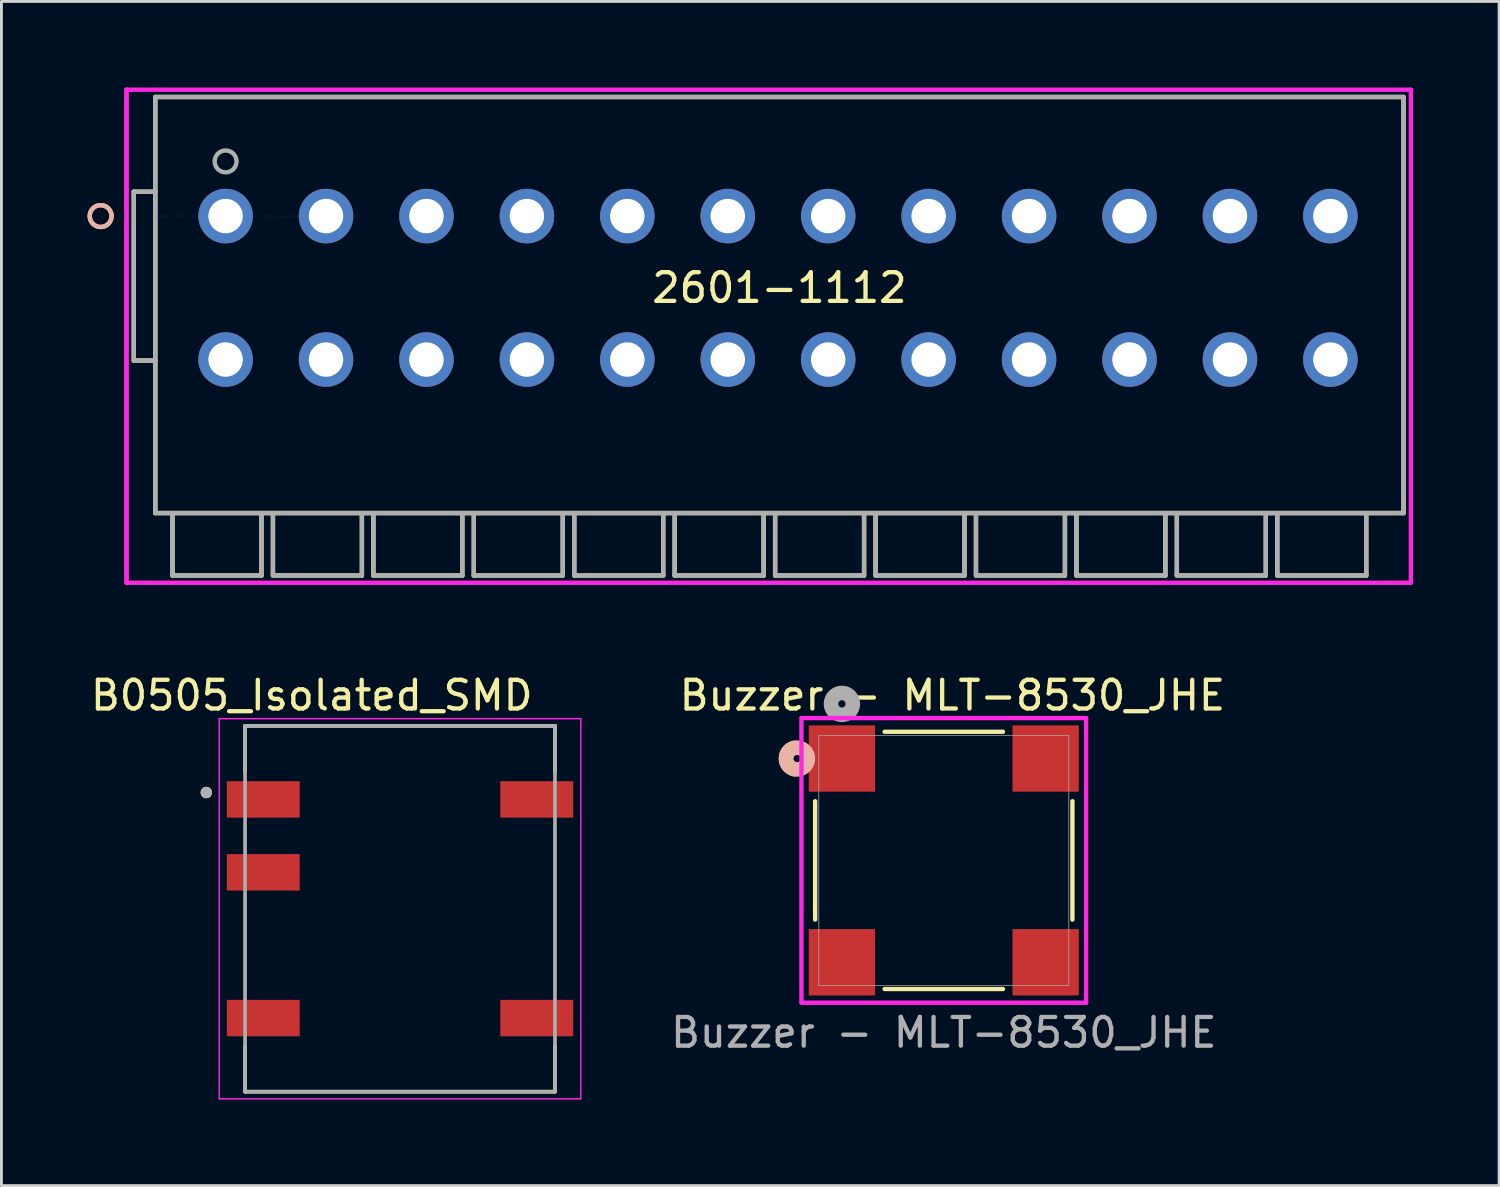
<source format=kicad_pcb>
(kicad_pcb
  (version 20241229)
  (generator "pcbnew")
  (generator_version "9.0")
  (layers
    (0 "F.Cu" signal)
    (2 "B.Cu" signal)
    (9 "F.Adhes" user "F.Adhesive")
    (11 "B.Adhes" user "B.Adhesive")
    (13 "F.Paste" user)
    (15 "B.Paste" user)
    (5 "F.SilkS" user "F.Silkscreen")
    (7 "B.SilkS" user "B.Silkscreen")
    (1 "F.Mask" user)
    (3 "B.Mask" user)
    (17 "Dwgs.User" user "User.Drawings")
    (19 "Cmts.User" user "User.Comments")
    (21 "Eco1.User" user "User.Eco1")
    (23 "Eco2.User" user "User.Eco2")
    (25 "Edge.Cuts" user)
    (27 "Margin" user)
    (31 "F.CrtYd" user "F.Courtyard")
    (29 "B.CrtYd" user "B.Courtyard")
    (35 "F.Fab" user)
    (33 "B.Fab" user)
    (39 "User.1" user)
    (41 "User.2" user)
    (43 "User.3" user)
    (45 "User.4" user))
  (footprint "Buzzer - MLT-8530_JHE"
    (layer "F.Cu")
    (at 29.84 26.934)
    (property "Reference" "Buzzer - MLT-8530_JHE" (at 0.3 -5.75 0) (unlocked yes) (layer "F.SilkS") (effects (font (size 1 1) (thickness 0.15))))
    (attr smd)
    (fp_line (start -4.483 -2.062) (end -4.483 2.062) (stroke (width 0.152) (type solid)) (layer "F.SilkS"))
    (fp_line (start -2.062 4.483) (end 2.062 4.483) (stroke (width 0.152) (type solid)) (layer "F.SilkS"))
    (fp_line (start 2.062 -4.483) (end -2.062 -4.483) (stroke (width 0.152) (type solid)) (layer "F.SilkS"))
    (fp_line (start 4.483 2.062) (end 4.483 -2.062) (stroke (width 0.152) (type solid)) (layer "F.SilkS"))
    (fp_arc (start -5.21624 -3.181857) (mid -5.4991 -3.55) (end -5.21624 -3.918144) (stroke (width 0.508) (type solid)) (layer "F.SilkS"))
    (fp_circle (center -5.118 -3.55) (end -4.737 -3.55) (stroke (width 0.508) (type solid)) (fill no) (layer "B.SilkS"))
    (fp_line (start -4.96 -4.96) (end -4.96 4.96) (stroke (width 0.152) (type solid)) (layer "F.CrtYd"))
    (fp_line (start -4.96 4.96) (end 4.96 4.96) (stroke (width 0.152) (type solid)) (layer "F.CrtYd"))
    (fp_line (start 4.96 -4.96) (end -4.96 -4.96) (stroke (width 0.152) (type solid)) (layer "F.CrtYd"))
    (fp_line (start 4.96 4.96) (end 4.96 -4.96) (stroke (width 0.152) (type solid)) (layer "F.CrtYd"))
    (fp_line (start -4.356 -4.356) (end -4.356 4.356) (stroke (width 0.025) (type solid)) (layer "F.Fab"))
    (fp_line (start -4.356 4.356) (end 4.356 4.356) (stroke (width 0.025) (type solid)) (layer "F.Fab"))
    (fp_line (start 4.356 -4.356) (end -4.356 -4.356) (stroke (width 0.025) (type solid)) (layer "F.Fab"))
    (fp_line (start 4.356 4.356) (end 4.356 -4.356) (stroke (width 0.025) (type solid)) (layer "F.Fab"))
    (fp_circle (center -3.55 -5.455) (end -3.169 -5.455) (stroke (width 0.508) (type solid)) (fill no) (layer "F.Fab"))
    (fp_text user "${REFERENCE}" (at 0 6 0) (unlocked yes) (layer "F.Fab") (effects (font (size 1 1) (thickness 0.15))))
    (pad "" smd rect (at 3.55 -3.55) (size 2.311 2.311) (layers "F.Cu" "F.Mask" "F.Paste"))
    (pad "" smd rect (at 3.55 3.55) (size 2.311 2.311) (layers "F.Cu" "F.Mask" "F.Paste"))
    (pad "1" smd rect (at -3.55 -3.55) (size 2.311 2.311) (layers "F.Cu" "F.Mask" "F.Paste"))
    (pad "2" smd rect (at -3.55 3.55) (size 2.311 2.311) (layers "F.Cu" "F.Mask" "F.Paste")))
  (footprint "2601-1112"
    (layer "F.Cu")
    (at 4.812 4.48)
    (property "Reference" "2601-1112" (at 19.3 2.5 0) (layer "F.SilkS") (effects (font (size 1 1) (thickness 0.15))))
    (attr through_hole)
    (fp_line (start -3.2 5.034) (end -3.2 -0.85) (stroke (width 0.152) (type solid)) (layer "F.SilkS"))
    (fp_line (start -2.45 -0.85) (end -3.2 -0.85) (stroke (width 0.152) (type solid)) (layer "F.SilkS"))
    (fp_line (start -2.45 5.034) (end -3.2 5.034) (stroke (width 0.152) (type solid)) (layer "F.SilkS"))
    (fp_line (start -2.45 -4.15) (end 41.05 -4.15) (stroke (width 0.152) (type solid)) (layer "F.SilkS"))
    (fp_line (start -2.45 10.35) (end -2.45 -4.15) (stroke (width 0.152) (type solid)) (layer "F.SilkS"))
    (fp_line (start -2.45 10.35) (end 41.05 10.35) (stroke (width 0.152) (type solid)) (layer "F.SilkS"))
    (fp_line (start -1.85 10.35) (end -1.85 12.525) (stroke (width 0.152) (type solid)) (layer "F.SilkS"))
    (fp_line (start -1.85 12.525) (end 1.25 12.525) (stroke (width 0.152) (type solid)) (layer "F.SilkS"))
    (fp_line (start 1.25 10.35) (end 1.25 12.525) (stroke (width 0.152) (type solid)) (layer "F.SilkS"))
    (fp_line (start 1.65 10.35) (end 1.65 12.525) (stroke (width 0.152) (type solid)) (layer "F.SilkS"))
    (fp_line (start 1.65 12.525) (end 4.75 12.525) (stroke (width 0.152) (type solid)) (layer "F.SilkS"))
    (fp_line (start 4.75 10.35) (end 4.75 12.525) (stroke (width 0.152) (type solid)) (layer "F.SilkS"))
    (fp_line (start 5.15 10.35) (end 5.15 12.525) (stroke (width 0.152) (type solid)) (layer "F.SilkS"))
    (fp_line (start 5.15 12.525) (end 8.25 12.525) (stroke (width 0.152) (type solid)) (layer "F.SilkS"))
    (fp_line (start 8.25 10.35) (end 8.25 12.525) (stroke (width 0.152) (type solid)) (layer "F.SilkS"))
    (fp_line (start 8.65 10.35) (end 8.65 12.525) (stroke (width 0.152) (type solid)) (layer "F.SilkS"))
    (fp_line (start 8.65 12.525) (end 11.75 12.525) (stroke (width 0.152) (type solid)) (layer "F.SilkS"))
    (fp_line (start 11.75 10.35) (end 11.75 12.525) (stroke (width 0.152) (type solid)) (layer "F.SilkS"))
    (fp_line (start 12.15 10.35) (end 12.15 12.525) (stroke (width 0.152) (type solid)) (layer "F.SilkS"))
    (fp_line (start 12.15 12.525) (end 15.25 12.525) (stroke (width 0.152) (type solid)) (layer "F.SilkS"))
    (fp_line (start 15.25 10.35) (end 15.25 12.525) (stroke (width 0.152) (type solid)) (layer "F.SilkS"))
    (fp_line (start 15.65 10.35) (end 15.65 12.525) (stroke (width 0.152) (type solid)) (layer "F.SilkS"))
    (fp_line (start 15.65 12.525) (end 18.75 12.525) (stroke (width 0.152) (type solid)) (layer "F.SilkS"))
    (fp_line (start 18.75 10.35) (end 18.75 12.525) (stroke (width 0.152) (type solid)) (layer "F.SilkS"))
    (fp_line (start 19.15 10.35) (end 19.15 12.525) (stroke (width 0.152) (type solid)) (layer "F.SilkS"))
    (fp_line (start 19.15 12.525) (end 22.25 12.525) (stroke (width 0.152) (type solid)) (layer "F.SilkS"))
    (fp_line (start 22.25 10.35) (end 22.25 12.525) (stroke (width 0.152) (type solid)) (layer "F.SilkS"))
    (fp_line (start 22.65 10.35) (end 22.65 12.525) (stroke (width 0.152) (type solid)) (layer "F.SilkS"))
    (fp_line (start 22.65 12.525) (end 25.75 12.525) (stroke (width 0.152) (type solid)) (layer "F.SilkS"))
    (fp_line (start 25.75 10.35) (end 25.75 12.525) (stroke (width 0.152) (type solid)) (layer "F.SilkS"))
    (fp_line (start 26.15 10.35) (end 26.15 12.525) (stroke (width 0.152) (type solid)) (layer "F.SilkS"))
    (fp_line (start 26.15 12.525) (end 29.25 12.525) (stroke (width 0.152) (type solid)) (layer "F.SilkS"))
    (fp_line (start 29.25 10.35) (end 29.25 12.525) (stroke (width 0.152) (type solid)) (layer "F.SilkS"))
    (fp_line (start 29.65 10.35) (end 29.65 12.525) (stroke (width 0.152) (type solid)) (layer "F.SilkS"))
    (fp_line (start 29.65 12.525) (end 32.75 12.525) (stroke (width 0.152) (type solid)) (layer "F.SilkS"))
    (fp_line (start 32.75 10.35) (end 32.75 12.525) (stroke (width 0.152) (type solid)) (layer "F.SilkS"))
    (fp_line (start 33.15 10.35) (end 33.15 12.525) (stroke (width 0.152) (type solid)) (layer "F.SilkS"))
    (fp_line (start 33.15 12.525) (end 36.25 12.525) (stroke (width 0.152) (type solid)) (layer "F.SilkS"))
    (fp_line (start 36.25 10.35) (end 36.25 12.525) (stroke (width 0.152) (type solid)) (layer "F.SilkS"))
    (fp_line (start 36.65 10.35) (end 36.65 12.525) (stroke (width 0.152) (type solid)) (layer "F.SilkS"))
    (fp_line (start 36.65 12.525) (end 39.75 12.525) (stroke (width 0.152) (type solid)) (layer "F.SilkS"))
    (fp_line (start 39.75 10.35) (end 39.75 12.525) (stroke (width 0.152) (type solid)) (layer "F.SilkS"))
    (fp_line (start 41.05 -4.15) (end 41.05 10.35) (stroke (width 0.152) (type solid)) (layer "F.SilkS"))
    (fp_circle (center -4.355 0) (end -3.974 0) (stroke (width 0.152) (type solid)) (fill no) (layer "F.SilkS"))
    (fp_circle (center -4.355 0) (end -3.974 0) (stroke (width 0.152) (type solid)) (fill no) (layer "B.SilkS"))
    (fp_line (start -3.454 -4.404) (end -3.454 12.779) (stroke (width 0.152) (type solid)) (layer "F.CrtYd"))
    (fp_line (start -3.454 -4.404) (end -3.454 12.779) (stroke (width 0.152) (type solid)) (layer "F.CrtYd"))
    (fp_line (start -3.454 12.779) (end 41.304 12.779) (stroke (width 0.152) (type solid)) (layer "F.CrtYd"))
    (fp_line (start 41.304 -4.404) (end -3.454 -4.404) (stroke (width 0.152) (type solid)) (layer "F.CrtYd"))
    (fp_line (start 41.304 12.779) (end 41.304 -4.404) (stroke (width 0.152) (type solid)) (layer "F.CrtYd"))
    (fp_line (start -3.2 5.034) (end -3.2 -0.85) (stroke (width 0.152) (type solid)) (layer "F.Fab"))
    (fp_line (start -2.45 -0.85) (end -3.2 -0.85) (stroke (width 0.152) (type solid)) (layer "F.Fab"))
    (fp_line (start -2.45 5.034) (end -3.2 5.034) (stroke (width 0.152) (type solid)) (layer "F.Fab"))
    (fp_line (start -2.45 -4.15) (end 41.05 -4.15) (stroke (width 0.152) (type solid)) (layer "F.Fab"))
    (fp_line (start -2.45 10.35) (end -2.45 -4.15) (stroke (width 0.152) (type solid)) (layer "F.Fab"))
    (fp_line (start -2.45 10.35) (end 41.05 10.35) (stroke (width 0.152) (type solid)) (layer "F.Fab"))
    (fp_line (start -1.85 10.35) (end -1.85 12.525) (stroke (width 0.152) (type solid)) (layer "F.Fab"))
    (fp_line (start -1.85 12.525) (end 1.25 12.525) (stroke (width 0.152) (type solid)) (layer "F.Fab"))
    (fp_line (start 1.25 10.35) (end 1.25 12.525) (stroke (width 0.152) (type solid)) (layer "F.Fab"))
    (fp_line (start 1.65 10.35) (end 1.65 12.525) (stroke (width 0.152) (type solid)) (layer "F.Fab"))
    (fp_line (start 1.65 12.525) (end 4.75 12.525) (stroke (width 0.152) (type solid)) (layer "F.Fab"))
    (fp_line (start 4.75 10.35) (end 4.75 12.525) (stroke (width 0.152) (type solid)) (layer "F.Fab"))
    (fp_line (start 5.15 10.35) (end 5.15 12.525) (stroke (width 0.152) (type solid)) (layer "F.Fab"))
    (fp_line (start 5.15 12.525) (end 8.25 12.525) (stroke (width 0.152) (type solid)) (layer "F.Fab"))
    (fp_line (start 8.25 10.35) (end 8.25 12.525) (stroke (width 0.152) (type solid)) (layer "F.Fab"))
    (fp_line (start 8.65 10.35) (end 8.65 12.525) (stroke (width 0.152) (type solid)) (layer "F.Fab"))
    (fp_line (start 8.65 12.525) (end 11.75 12.525) (stroke (width 0.152) (type solid)) (layer "F.Fab"))
    (fp_line (start 11.75 10.35) (end 11.75 12.525) (stroke (width 0.152) (type solid)) (layer "F.Fab"))
    (fp_line (start 12.15 10.35) (end 12.15 12.525) (stroke (width 0.152) (type solid)) (layer "F.Fab"))
    (fp_line (start 12.15 12.525) (end 15.25 12.525) (stroke (width 0.152) (type solid)) (layer "F.Fab"))
    (fp_line (start 15.25 10.35) (end 15.25 12.525) (stroke (width 0.152) (type solid)) (layer "F.Fab"))
    (fp_line (start 15.65 10.35) (end 15.65 12.525) (stroke (width 0.152) (type solid)) (layer "F.Fab"))
    (fp_line (start 15.65 12.525) (end 18.75 12.525) (stroke (width 0.152) (type solid)) (layer "F.Fab"))
    (fp_line (start 18.75 10.35) (end 18.75 12.525) (stroke (width 0.152) (type solid)) (layer "F.Fab"))
    (fp_line (start 19.15 10.35) (end 19.15 12.525) (stroke (width 0.152) (type solid)) (layer "F.Fab"))
    (fp_line (start 19.15 12.525) (end 22.25 12.525) (stroke (width 0.152) (type solid)) (layer "F.Fab"))
    (fp_line (start 22.25 10.35) (end 22.25 12.525) (stroke (width 0.152) (type solid)) (layer "F.Fab"))
    (fp_line (start 22.65 10.35) (end 22.65 12.525) (stroke (width 0.152) (type solid)) (layer "F.Fab"))
    (fp_line (start 22.65 12.525) (end 25.75 12.525) (stroke (width 0.152) (type solid)) (layer "F.Fab"))
    (fp_line (start 25.75 10.35) (end 25.75 12.525) (stroke (width 0.152) (type solid)) (layer "F.Fab"))
    (fp_line (start 26.15 10.35) (end 26.15 12.525) (stroke (width 0.152) (type solid)) (layer "F.Fab"))
    (fp_line (start 26.15 12.525) (end 29.25 12.525) (stroke (width 0.152) (type solid)) (layer "F.Fab"))
    (fp_line (start 29.25 10.35) (end 29.25 12.525) (stroke (width 0.152) (type solid)) (layer "F.Fab"))
    (fp_line (start 29.65 10.35) (end 29.65 12.525) (stroke (width 0.152) (type solid)) (layer "F.Fab"))
    (fp_line (start 29.65 12.525) (end 32.75 12.525) (stroke (width 0.152) (type solid)) (layer "F.Fab"))
    (fp_line (start 32.75 10.35) (end 32.75 12.525) (stroke (width 0.152) (type solid)) (layer "F.Fab"))
    (fp_line (start 33.15 10.35) (end 33.15 12.525) (stroke (width 0.152) (type solid)) (layer "F.Fab"))
    (fp_line (start 33.15 12.525) (end 36.25 12.525) (stroke (width 0.152) (type solid)) (layer "F.Fab"))
    (fp_line (start 36.25 10.35) (end 36.25 12.525) (stroke (width 0.152) (type solid)) (layer "F.Fab"))
    (fp_line (start 36.65 10.35) (end 36.65 12.525) (stroke (width 0.152) (type solid)) (layer "F.Fab"))
    (fp_line (start 36.65 12.525) (end 39.75 12.525) (stroke (width 0.152) (type solid)) (layer "F.Fab"))
    (fp_line (start 39.75 10.35) (end 39.75 12.525) (stroke (width 0.152) (type solid)) (layer "F.Fab"))
    (fp_line (start 41.05 -4.15) (end 41.05 10.35) (stroke (width 0.152) (type solid)) (layer "F.Fab"))
    (fp_circle (center 0 -1.905) (end 0.381 -1.905) (stroke (width 0.152) (type solid)) (fill no) (layer "F.Fab"))
    (fp_text user "Copyright 2016 Accelerated Designs. All rights reserved." (at 0 0 0) (layer "Cmts.User") (effects (font (size 0.127 0.127) (thickness 0.002))))
    (pad "1" thru_hole circle (at 0 0) (size 1.9 1.9) (drill 1.2) (layers "*.Cu" "*.Mask"))
    (pad "2" thru_hole circle (at 0 5) (size 1.9 1.9) (drill 1.2) (layers "*.Cu" "*.Mask"))
    (pad "3" thru_hole circle (at 3.5 0) (size 1.9 1.9) (drill 1.2) (layers "*.Cu" "*.Mask"))
    (pad "4" thru_hole circle (at 3.5 5) (size 1.9 1.9) (drill 1.2) (layers "*.Cu" "*.Mask"))
    (pad "5" thru_hole circle (at 7 0) (size 1.9 1.9) (drill 1.2) (layers "*.Cu" "*.Mask"))
    (pad "6" thru_hole circle (at 7 5) (size 1.9 1.9) (drill 1.2) (layers "*.Cu" "*.Mask"))
    (pad "7" thru_hole circle (at 10.5 0) (size 1.9 1.9) (drill 1.2) (layers "*.Cu" "*.Mask"))
    (pad "8" thru_hole circle (at 10.5 5) (size 1.9 1.9) (drill 1.2) (layers "*.Cu" "*.Mask"))
    (pad "9" thru_hole circle (at 14 0) (size 1.9 1.9) (drill 1.2) (layers "*.Cu" "*.Mask"))
    (pad "10" thru_hole circle (at 14 5) (size 1.9 1.9) (drill 1.2) (layers "*.Cu" "*.Mask"))
    (pad "11" thru_hole circle (at 17.5 0) (size 1.9 1.9) (drill 1.2) (layers "*.Cu" "*.Mask"))
    (pad "12" thru_hole circle (at 17.5 5) (size 1.9 1.9) (drill 1.2) (layers "*.Cu" "*.Mask"))
    (pad "13" thru_hole circle (at 21 0) (size 1.9 1.9) (drill 1.2) (layers "*.Cu" "*.Mask"))
    (pad "14" thru_hole circle (at 21 5) (size 1.9 1.9) (drill 1.2) (layers "*.Cu" "*.Mask"))
    (pad "15" thru_hole circle (at 24.5 0) (size 1.9 1.9) (drill 1.2) (layers "*.Cu" "*.Mask"))
    (pad "16" thru_hole circle (at 24.5 5) (size 1.9 1.9) (drill 1.2) (layers "*.Cu" "*.Mask"))
    (pad "17" thru_hole circle (at 28 0) (size 1.9 1.9) (drill 1.2) (layers "*.Cu" "*.Mask"))
    (pad "18" thru_hole circle (at 28 5) (size 1.9 1.9) (drill 1.2) (layers "*.Cu" "*.Mask"))
    (pad "19" thru_hole circle (at 31.5 0) (size 1.9 1.9) (drill 1.2) (layers "*.Cu" "*.Mask"))
    (pad "20" thru_hole circle (at 31.5 5) (size 1.9 1.9) (drill 1.2) (layers "*.Cu" "*.Mask"))
    (pad "21" thru_hole circle (at 35 0) (size 1.9 1.9) (drill 1.2) (layers "*.Cu" "*.Mask"))
    (pad "22" thru_hole circle (at 35 5) (size 1.9 1.9) (drill 1.2) (layers "*.Cu" "*.Mask"))
    (pad "23" thru_hole circle (at 38.5 0) (size 1.9 1.9) (drill 1.2) (layers "*.Cu" "*.Mask"))
    (pad "24" thru_hole circle (at 38.5 5) (size 1.9 1.9) (drill 1.2) (layers "*.Cu" "*.Mask")))
  (footprint "B0505_Isolated_SMD"
    (layer "F.Cu")
    (at 10.89 28.619)
    (property "Reference" "B0505_Isolated_SMD" (at -3.075 -7.435 0) (layer "F.SilkS") (effects (font (size 1 1) (thickness 0.15))))
    (attr smd)
    (fp_line (start -5.4 -6.375) (end 5.4 -6.375) (stroke (width 0.127) (type solid)) (layer "F.SilkS"))
    (fp_line (start -5.4 -4.78) (end -5.4 -6.375) (stroke (width 0.127) (type solid)) (layer "F.SilkS"))
    (fp_line (start -5.4 4.78) (end -5.4 6.375) (stroke (width 0.127) (type solid)) (layer "F.SilkS"))
    (fp_line (start -5.4 6.375) (end 5.4 6.375) (stroke (width 0.127) (type solid)) (layer "F.SilkS"))
    (fp_line (start 5.4 -6.375) (end 5.4 -4.78) (stroke (width 0.127) (type solid)) (layer "F.SilkS"))
    (fp_line (start 5.4 6.375) (end 5.4 4.78) (stroke (width 0.127) (type solid)) (layer "F.SilkS"))
    (fp_circle (center -6.75 -4.05) (end -6.65 -4.05) (stroke (width 0.2) (type solid)) (fill no) (layer "F.SilkS"))
    (fp_line (start -6.3 -6.625) (end 6.3 -6.625) (stroke (width 0.05) (type solid)) (layer "F.CrtYd"))
    (fp_line (start -6.3 6.625) (end -6.3 -6.625) (stroke (width 0.05) (type solid)) (layer "F.CrtYd"))
    (fp_line (start 6.3 -6.625) (end 6.3 6.625) (stroke (width 0.05) (type solid)) (layer "F.CrtYd"))
    (fp_line (start 6.3 6.625) (end -6.3 6.625) (stroke (width 0.05) (type solid)) (layer "F.CrtYd"))
    (fp_line (start -5.4 -6.375) (end 5.4 -6.375) (stroke (width 0.127) (type solid)) (layer "F.Fab"))
    (fp_line (start -5.4 6.375) (end -5.4 -6.375) (stroke (width 0.127) (type solid)) (layer "F.Fab"))
    (fp_line (start 5.4 -6.375) (end 5.4 6.375) (stroke (width 0.127) (type solid)) (layer "F.Fab"))
    (fp_line (start 5.4 6.375) (end -5.4 6.375) (stroke (width 0.127) (type solid)) (layer "F.Fab"))
    (fp_circle (center -6.75 -4.05) (end -6.65 -4.05) (stroke (width 0.2) (type solid)) (fill no) (layer "F.Fab"))
    (pad "1" smd rect (at -4.765 -3.81) (size 2.54 1.27) (layers "F.Cu" "F.Mask" "F.Paste"))
    (pad "2" smd rect (at -4.765 -1.27) (size 2.54 1.27) (layers "F.Cu" "F.Mask" "F.Paste"))
    (pad "4" smd rect (at -4.765 3.81) (size 2.54 1.27) (layers "F.Cu" "F.Mask" "F.Paste"))
    (pad "5" smd rect (at 4.765 3.81) (size 2.54 1.27) (layers "F.Cu" "F.Mask" "F.Paste"))
    (pad "8" smd rect (at 4.765 -3.81) (size 2.54 1.27) (layers "F.Cu" "F.Mask" "F.Paste")))
  (gr_rect
    (start -3 -3)
    (end 49.192 38.269)
    (stroke (width 0.1) (type default))
    (fill no)
    (layer "Edge.Cuts")))
</source>
